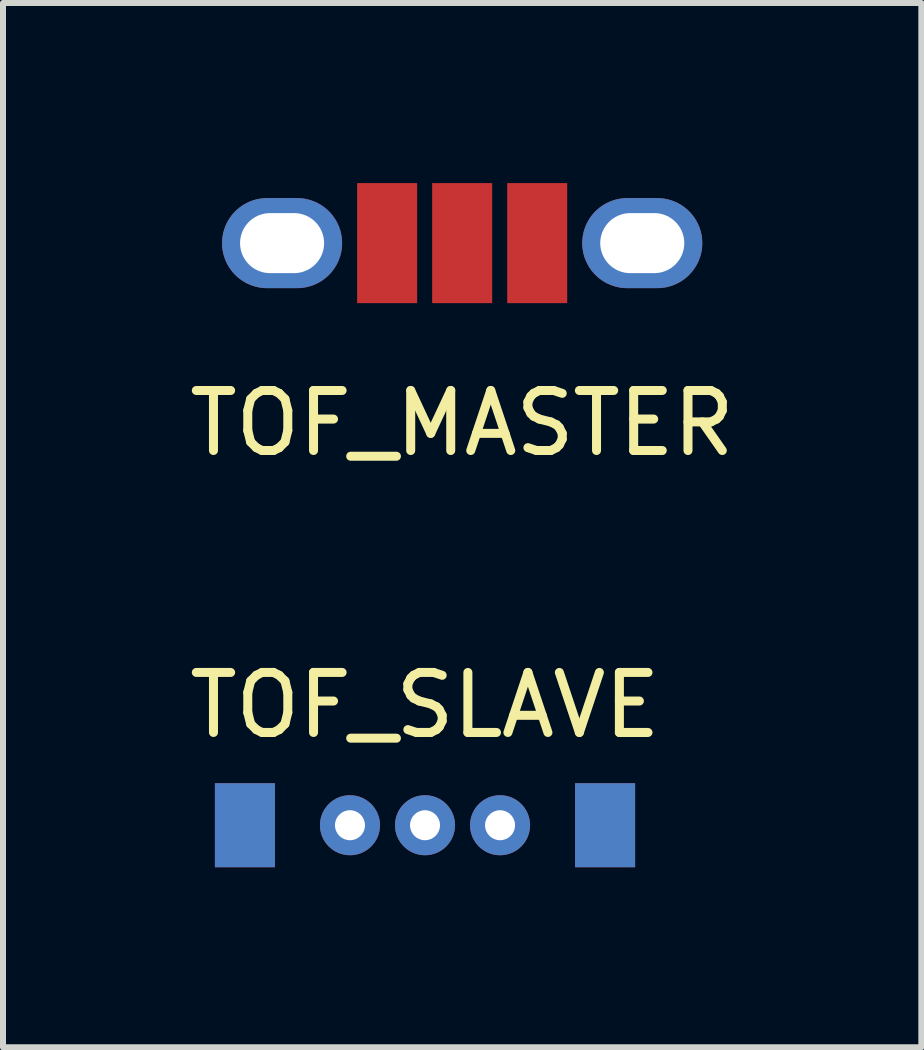
<source format=kicad_pcb>
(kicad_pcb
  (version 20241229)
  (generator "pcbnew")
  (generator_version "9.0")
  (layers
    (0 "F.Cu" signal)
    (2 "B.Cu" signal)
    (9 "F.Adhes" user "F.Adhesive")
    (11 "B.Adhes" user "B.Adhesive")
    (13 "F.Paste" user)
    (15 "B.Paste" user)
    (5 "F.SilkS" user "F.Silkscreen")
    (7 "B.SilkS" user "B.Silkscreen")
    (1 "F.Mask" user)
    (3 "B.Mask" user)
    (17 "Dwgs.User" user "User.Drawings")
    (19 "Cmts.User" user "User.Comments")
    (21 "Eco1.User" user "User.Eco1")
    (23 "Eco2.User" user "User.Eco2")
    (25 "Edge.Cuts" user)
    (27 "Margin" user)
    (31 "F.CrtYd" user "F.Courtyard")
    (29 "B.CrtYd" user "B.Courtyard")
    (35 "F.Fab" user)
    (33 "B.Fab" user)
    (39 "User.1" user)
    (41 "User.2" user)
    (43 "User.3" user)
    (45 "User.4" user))
  (footprint "TOF_SLAVE"
    (layer "F.Cu")
    (at 4.03 10.697)
    (property "Reference" "TOF_SLAVE" (at 0 -2 0) (layer "F.SilkS") (effects (font (size 1 1) (thickness 0.15))))
    (attr through_hole)
    (pad "1" smd rect (at -3 0) (size 1 1.4) (layers "F.Cu" "F.Mask" "F.Paste"))
    (pad "1" smd rect (at -3 0) (size 1 1.4) (layers "F.Mask" "B.Cu" "F.Paste"))
    (pad "2" thru_hole circle (at -1.25 0) (size 1 1) (drill 0.5) (layers "*.Cu" "*.Mask"))
    (pad "3" thru_hole circle (at 0 0) (size 1 1) (drill 0.5) (layers "*.Cu" "*.Mask"))
    (pad "4" thru_hole circle (at 1.25 0) (size 1 1) (drill 0.5) (layers "*.Cu" "*.Mask"))
    (pad "5" smd rect (at 3 0) (size 1 1.4) (layers "F.Cu" "F.Mask" "F.Paste"))
    (pad "5" smd rect (at 3 0) (size 1 1.4) (layers "F.Mask" "B.Cu" "F.Paste")))
  (footprint "TOF_MASTER"
    (layer "F.Cu")
    (at 4.649 1)
    (property "Reference" "TOF_MASTER" (at 0 3 0) (layer "F.SilkS") (effects (font (size 1 1) (thickness 0.15))))
    (attr through_hole)
    (pad "1" thru_hole oval (at -3 0) (size 2 1.5) (drill oval 1.4 1) (layers "*.Cu" "*.Mask"))
    (pad "2" smd rect (at -1.25 0) (size 1 2) (layers "F.Cu" "F.Mask" "F.Paste"))
    (pad "3" smd rect (at 0 0) (size 1 2) (layers "F.Cu" "F.Mask" "F.Paste"))
    (pad "4" smd rect (at 1.25 0) (size 1 2) (layers "F.Cu" "F.Mask" "F.Paste"))
    (pad "5" thru_hole oval (at 3 0) (size 2 1.5) (drill oval 1.4 1) (layers "*.Cu" "*.Mask")))
  (gr_rect
    (start -3 -3)
    (end 12.298 14.396)
    (stroke (width 0.1) (type default))
    (fill no)
    (layer "Edge.Cuts")))
</source>
